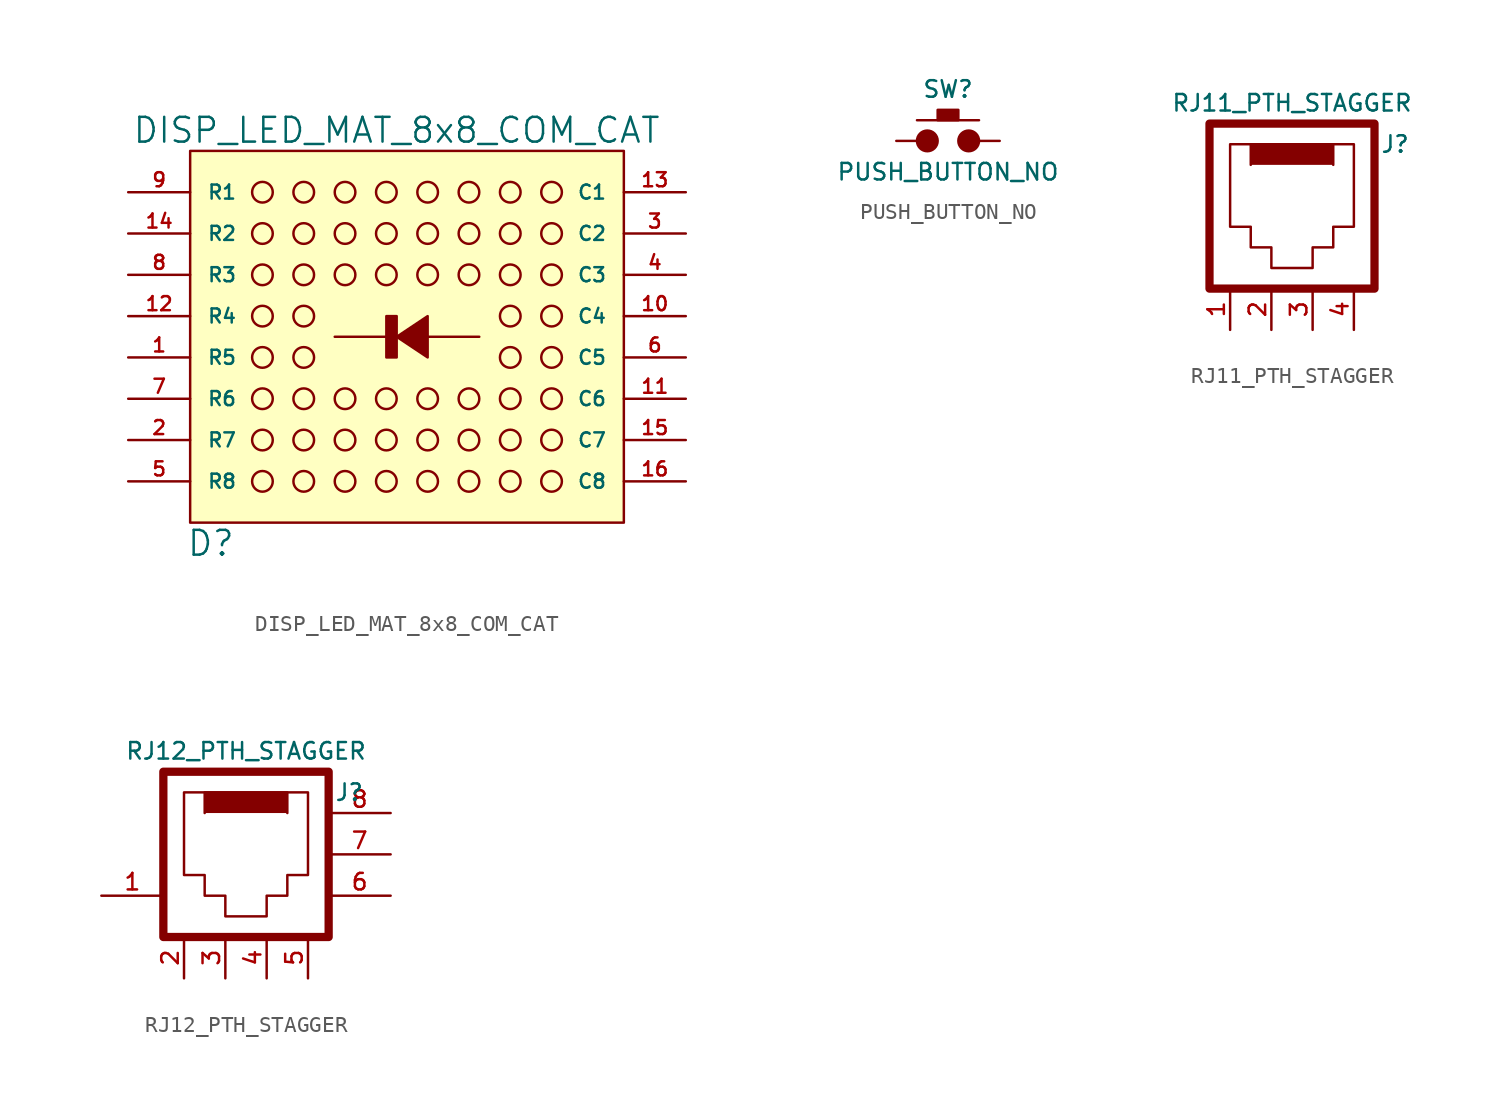
<source format=kicad_sym>
(kicad_symbol_lib
  (version 20211014)
  (generator kicad_symbol_editor)
  (symbol "DISP_LED_MAT_8x8_COM_CAT"
    (pin_names
      (offset 1.016))
    (property "Reference" "D"
      (at 5.08 -1.27 0)
      (effects (font (size 1.524 1.524))))
    (property "Value" "DISP_LED_MAT_8x8_COM_CAT"
      (at 16.51 24.13 0)
      (effects (font (size 1.524 1.524))))
    (property "Footprint" ""
      (at 2.54 -1.27 0)
      (effects (font (size 1.524 1.524))))
    (property "Datasheet" ""
      (at 2.54 -1.27 0)
      (effects (font (size 1.524 1.524))))
    (symbol "DISP_LED_MAT_8x8_COM_CAT_0_1"
      (polyline (pts (xy 21.59 11.43) (xy 12.7 11.43)) (stroke (width 0) (type default) (color 0 0 0 0)) (fill (type none)))
      (polyline (pts (xy 16.51 11.43) (xy 18.415 12.7) (xy 18.415 10.16) (xy 16.51 11.43)) (stroke (width 0) (type default) (color 0 0 0 0)) (fill (type outline)))
      (polyline (pts (xy 15.875 12.7) (xy 15.875 10.16) (xy 16.51 10.16) (xy 16.51 12.7) (xy 15.875 12.7)) (stroke (width 0) (type default) (color 0 0 0 0)) (fill (type outline)))
      (rectangle (start 3.81 0) (end 30.48 22.86) (stroke (width 0) (type default) (color 0 0 0 0)) (fill (type background)))
      (circle (center 8.255 2.54) (radius 0.635) (stroke (width 0) (type default) (color 0 0 0 0)) (fill (type none)))
      (circle (center 8.255 5.08) (radius 0.635) (stroke (width 0) (type default) (color 0 0 0 0)) (fill (type none)))
      (circle (center 8.255 7.62) (radius 0.635) (stroke (width 0) (type default) (color 0 0 0 0)) (fill (type none)))
      (circle (center 8.255 10.16) (radius 0.635) (stroke (width 0) (type default) (color 0 0 0 0)) (fill (type none)))
      (circle (center 8.255 12.7) (radius 0.635) (stroke (width 0) (type default) (color 0 0 0 0)) (fill (type none)))
      (circle (center 8.255 15.24) (radius 0.635) (stroke (width 0) (type default) (color 0 0 0 0)) (fill (type none)))
      (circle (center 8.255 17.78) (radius 0.635) (stroke (width 0) (type default) (color 0 0 0 0)) (fill (type none)))
      (circle (center 8.255 20.32) (radius 0.635) (stroke (width 0) (type default) (color 0 0 0 0)) (fill (type none)))
      (circle (center 10.795 2.54) (radius 0.635) (stroke (width 0) (type default) (color 0 0 0 0)) (fill (type none)))
      (circle (center 10.795 5.08) (radius 0.635) (stroke (width 0) (type default) (color 0 0 0 0)) (fill (type none)))
      (circle (center 10.795 7.62) (radius 0.635) (stroke (width 0) (type default) (color 0 0 0 0)) (fill (type none)))
      (circle (center 10.795 10.16) (radius 0.635) (stroke (width 0) (type default) (color 0 0 0 0)) (fill (type none)))
      (circle (center 10.795 12.7) (radius 0.635) (stroke (width 0) (type default) (color 0 0 0 0)) (fill (type none)))
      (circle (center 10.795 15.24) (radius 0.635) (stroke (width 0) (type default) (color 0 0 0 0)) (fill (type none)))
      (circle (center 10.795 17.78) (radius 0.635) (stroke (width 0) (type default) (color 0 0 0 0)) (fill (type none)))
      (circle (center 10.795 20.32) (radius 0.635) (stroke (width 0) (type default) (color 0 0 0 0)) (fill (type none)))
      (circle (center 13.335 2.54) (radius 0.635) (stroke (width 0) (type default) (color 0 0 0 0)) (fill (type none)))
      (circle (center 13.335 5.08) (radius 0.635) (stroke (width 0) (type default) (color 0 0 0 0)) (fill (type none)))
      (circle (center 13.335 7.62) (radius 0.635) (stroke (width 0) (type default) (color 0 0 0 0)) (fill (type none)))
      (circle (center 13.335 15.24) (radius 0.635) (stroke (width 0) (type default) (color 0 0 0 0)) (fill (type none)))
      (circle (center 13.335 17.78) (radius 0.635) (stroke (width 0) (type default) (color 0 0 0 0)) (fill (type none)))
      (circle (center 13.335 20.32) (radius 0.635) (stroke (width 0) (type default) (color 0 0 0 0)) (fill (type none)))
      (circle (center 15.875 2.54) (radius 0.635) (stroke (width 0) (type default) (color 0 0 0 0)) (fill (type none)))
      (circle (center 15.875 5.08) (radius 0.635) (stroke (width 0) (type default) (color 0 0 0 0)) (fill (type none)))
      (circle (center 15.875 7.62) (radius 0.635) (stroke (width 0) (type default) (color 0 0 0 0)) (fill (type none)))
      (circle (center 15.875 15.24) (radius 0.635) (stroke (width 0) (type default) (color 0 0 0 0)) (fill (type none)))
      (circle (center 15.875 17.78) (radius 0.635) (stroke (width 0) (type default) (color 0 0 0 0)) (fill (type none)))
      (circle (center 15.875 20.32) (radius 0.635) (stroke (width 0) (type default) (color 0 0 0 0)) (fill (type none)))
      (circle (center 18.415 2.54) (radius 0.635) (stroke (width 0) (type default) (color 0 0 0 0)) (fill (type none)))
      (circle (center 18.415 5.08) (radius 0.635) (stroke (width 0) (type default) (color 0 0 0 0)) (fill (type none)))
      (circle (center 18.415 7.62) (radius 0.635) (stroke (width 0) (type default) (color 0 0 0 0)) (fill (type none)))
      (circle (center 18.415 15.24) (radius 0.635) (stroke (width 0) (type default) (color 0 0 0 0)) (fill (type none)))
      (circle (center 18.415 17.78) (radius 0.635) (stroke (width 0) (type default) (color 0 0 0 0)) (fill (type none)))
      (circle (center 18.415 20.32) (radius 0.635) (stroke (width 0) (type default) (color 0 0 0 0)) (fill (type none)))
      (circle (center 20.955 2.54) (radius 0.635) (stroke (width 0) (type default) (color 0 0 0 0)) (fill (type none)))
      (circle (center 20.955 5.08) (radius 0.635) (stroke (width 0) (type default) (color 0 0 0 0)) (fill (type none)))
      (circle (center 20.955 7.62) (radius 0.635) (stroke (width 0) (type default) (color 0 0 0 0)) (fill (type none)))
      (circle (center 20.955 15.24) (radius 0.635) (stroke (width 0) (type default) (color 0 0 0 0)) (fill (type none)))
      (circle (center 20.955 17.78) (radius 0.635) (stroke (width 0) (type default) (color 0 0 0 0)) (fill (type none)))
      (circle (center 20.955 20.32) (radius 0.635) (stroke (width 0) (type default) (color 0 0 0 0)) (fill (type none)))
      (circle (center 23.495 2.54) (radius 0.635) (stroke (width 0) (type default) (color 0 0 0 0)) (fill (type none)))
      (circle (center 23.495 5.08) (radius 0.635) (stroke (width 0) (type default) (color 0 0 0 0)) (fill (type none)))
      (circle (center 23.495 7.62) (radius 0.635) (stroke (width 0) (type default) (color 0 0 0 0)) (fill (type none)))
      (circle (center 23.495 10.16) (radius 0.635) (stroke (width 0) (type default) (color 0 0 0 0)) (fill (type none)))
      (circle (center 23.495 12.7) (radius 0.635) (stroke (width 0) (type default) (color 0 0 0 0)) (fill (type none)))
      (circle (center 23.495 15.24) (radius 0.635) (stroke (width 0) (type default) (color 0 0 0 0)) (fill (type none)))
      (circle (center 23.495 17.78) (radius 0.635) (stroke (width 0) (type default) (color 0 0 0 0)) (fill (type none)))
      (circle (center 23.495 20.32) (radius 0.635) (stroke (width 0) (type default) (color 0 0 0 0)) (fill (type none)))
      (circle (center 26.035 2.54) (radius 0.635) (stroke (width 0) (type default) (color 0 0 0 0)) (fill (type none)))
      (circle (center 26.035 5.08) (radius 0.635) (stroke (width 0) (type default) (color 0 0 0 0)) (fill (type none)))
      (circle (center 26.035 7.62) (radius 0.635) (stroke (width 0) (type default) (color 0 0 0 0)) (fill (type none)))
      (circle (center 26.035 10.16) (radius 0.635) (stroke (width 0) (type default) (color 0 0 0 0)) (fill (type none)))
      (circle (center 26.035 12.7) (radius 0.635) (stroke (width 0) (type default) (color 0 0 0 0)) (fill (type none)))
      (circle (center 26.035 15.24) (radius 0.635) (stroke (width 0) (type default) (color 0 0 0 0)) (fill (type none)))
      (circle (center 26.035 17.78) (radius 0.635) (stroke (width 0) (type default) (color 0 0 0 0)) (fill (type none)))
      (circle (center 26.035 20.32) (radius 0.635) (stroke (width 0) (type default) (color 0 0 0 0)) (fill (type none)))
      (pin output line (at 0 20.32 0) (length 3.81) (name "R1" (effects (font (size 0.864 0.864)))) (number "9" (effects (font (size 0.864 0.864))))))
    (symbol "DISP_LED_MAT_8x8_COM_CAT_1_1"
      (pin output line (at 0 10.16 0) (length 3.81) (name "R5" (effects (font (size 0.864 0.864)))) (number "1" (effects (font (size 0.864 0.864)))))
      (pin input line (at 34.29 12.7 180) (length 3.81) (name "C4" (effects (font (size 0.864 0.864)))) (number "10" (effects (font (size 0.864 0.864)))))
      (pin input line (at 34.29 7.62 180) (length 3.81) (name "C6" (effects (font (size 0.864 0.864)))) (number "11" (effects (font (size 0.864 0.864)))))
      (pin output line (at 0 12.7 0) (length 3.81) (name "R4" (effects (font (size 0.864 0.864)))) (number "12" (effects (font (size 0.864 0.864)))))
      (pin input line (at 34.29 20.32 180) (length 3.81) (name "C1" (effects (font (size 0.864 0.864)))) (number "13" (effects (font (size 0.864 0.864)))))
      (pin output line (at 0 17.78 0) (length 3.81) (name "R2" (effects (font (size 0.864 0.864)))) (number "14" (effects (font (size 0.864 0.864)))))
      (pin input line (at 34.29 5.08 180) (length 3.81) (name "C7" (effects (font (size 0.864 0.864)))) (number "15" (effects (font (size 0.864 0.864)))))
      (pin input line (at 34.29 2.54 180) (length 3.81) (name "C8" (effects (font (size 0.864 0.864)))) (number "16" (effects (font (size 0.864 0.864)))))
      (pin output line (at 0 5.08 0) (length 3.81) (name "R7" (effects (font (size 0.864 0.864)))) (number "2" (effects (font (size 0.864 0.864)))))
      (pin input line (at 34.29 17.78 180) (length 3.81) (name "C2" (effects (font (size 0.864 0.864)))) (number "3" (effects (font (size 0.864 0.864)))))
      (pin input line (at 34.29 15.24 180) (length 3.81) (name "C3" (effects (font (size 0.864 0.864)))) (number "4" (effects (font (size 0.864 0.864)))))
      (pin output line (at 0 2.54 0) (length 3.81) (name "R8" (effects (font (size 0.864 0.864)))) (number "5" (effects (font (size 0.864 0.864)))))
      (pin input line (at 34.29 10.16 180) (length 3.81) (name "C5" (effects (font (size 0.864 0.864)))) (number "6" (effects (font (size 0.864 0.864)))))
      (pin output line (at 0 7.62 0) (length 3.81) (name "R6" (effects (font (size 0.864 0.864)))) (number "7" (effects (font (size 0.864 0.864)))))
      (pin output line (at 0 15.24 0) (length 3.81) (name "R3" (effects (font (size 0.864 0.864)))) (number "8" (effects (font (size 0.864 0.864)))))))
  (symbol "PUSH_BUTTON_NO"
    (pin_numbers hide)
    (pin_names
      (offset 1.016) hide)
    (property "Reference" "SW"
      (at 3.175 3.175 0)
      (effects (font (size 1.016 1.016))))
    (property "Value" "PUSH_BUTTON_NO"
      (at 3.175 -1.905 0)
      (effects (font (size 1.016 1.016))))
    (property "Footprint" ""
      (at 3.175 0 0)
      (effects (font (size 1.524 1.524))))
    (property "Datasheet" ""
      (at 3.175 0 0)
      (effects (font (size 1.524 1.524))))
    (symbol "PUSH_BUTTON_NO_0_1"
      (polyline (pts (xy 1.27 1.27) (xy 5.08 1.27)) (stroke (width 0) (type default) (color 0 0 0 0)) (fill (type none)))
      (circle (center 1.905 0) (radius 0.635) (stroke (width 0) (type default) (color 0 0 0 0)) (fill (type outline)))
      (rectangle (start 2.54 1.27) (end 3.81 1.905) (stroke (width 0) (type default) (color 0 0 0 0)) (fill (type outline)))
      (circle (center 4.445 0) (radius 0.635) (stroke (width 0) (type default) (color 0 0 0 0)) (fill (type outline)))
      (pin passive line (at 0 0 0) (length 1.27) (name "1" (effects (font (size 1.27 1.27)))) (number "1" (effects (font (size 1.27 1.27))))))
    (symbol "PUSH_BUTTON_NO_1_1"
      (pin passive line (at 6.35 0 180) (length 1.27) (name "2" (effects (font (size 1.27 1.27)))) (number "2" (effects (font (size 1.27 1.27)))))))
  (symbol "RJ11_PTH_STAGGER"
    (pin_names
      (offset 0) hide)
    (property "Reference" "J"
      (at 11.43 8.89 0)
      (effects (font (size 1.016 1.016))))
    (property "Value" "RJ11_PTH_STAGGER"
      (at 5.08 11.43 0)
      (effects (font (size 1.016 1.016))))
    (property "Footprint" ""
      (at 0 0 0)
      (effects (font (size 1.524 1.524))))
    (property "Datasheet" ""
      (at 0 0 0)
      (effects (font (size 1.524 1.524))))
    (symbol "RJ11_PTH_STAGGER_0_1"
      (polyline (pts (xy 7.62 7.62) (xy 7.62 8.89) (xy 2.54 8.89) (xy 2.54 7.62)) (stroke (width 0) (type default) (color 0 0 0 0)) (fill (type outline)))
      (polyline (pts (xy 1.27 8.89) (xy 1.27 3.81) (xy 2.54 3.81) (xy 2.54 2.54) (xy 3.81 2.54) (xy 3.81 1.27) (xy 6.35 1.27) (xy 6.35 2.54) (xy 7.62 2.54) (xy 7.62 3.81) (xy 8.89 3.81) (xy 8.89 8.89) (xy 1.27 8.89)) (stroke (width 0) (type default) (color 0 0 0 0)) (fill (type none)))
      (rectangle (start 0 10.16) (end 10.16 0) (stroke (width 0.508) (type default) (color 0 0 0 0)) (fill (type none))))
    (symbol "RJ11_PTH_STAGGER_1_1"
      (pin bidirectional line (at 1.27 -2.54 90) (length 2.54) (name "1" (effects (font (size 1.016 1.016)))) (number "1" (effects (font (size 1.016 1.016)))))
      (pin bidirectional line (at 3.81 -2.54 90) (length 2.54) (name "2" (effects (font (size 1.016 1.016)))) (number "2" (effects (font (size 1.016 1.016)))))
      (pin bidirectional line (at 6.35 -2.54 90) (length 2.54) (name "3" (effects (font (size 1.016 1.016)))) (number "3" (effects (font (size 1.016 1.016)))))
      (pin bidirectional line (at 8.89 -2.54 90) (length 2.54) (name "4" (effects (font (size 1.016 1.016)))) (number "4" (effects (font (size 1.016 1.016)))))))
  (symbol "RJ12_PTH_STAGGER"
    (pin_names
      (offset 0) hide)
    (property "Reference" "J"
      (at 11.43 8.89 0)
      (effects (font (size 1.016 1.016))))
    (property "Value" "RJ12_PTH_STAGGER"
      (at 5.08 11.43 0)
      (effects (font (size 1.016 1.016))))
    (property "Footprint" ""
      (at 0 0 0)
      (effects (font (size 1.524 1.524))))
    (property "Datasheet" ""
      (at 0 0 0)
      (effects (font (size 1.524 1.524))))
    (symbol "RJ12_PTH_STAGGER_0_1"
      (polyline (pts (xy 7.62 7.62) (xy 7.62 8.89) (xy 2.54 8.89) (xy 2.54 7.62)) (stroke (width 0) (type default) (color 0 0 0 0)) (fill (type outline)))
      (polyline (pts (xy 1.27 8.89) (xy 1.27 3.81) (xy 2.54 3.81) (xy 2.54 2.54) (xy 3.81 2.54) (xy 3.81 1.27) (xy 6.35 1.27) (xy 6.35 2.54) (xy 7.62 2.54) (xy 7.62 3.81) (xy 8.89 3.81) (xy 8.89 8.89) (xy 1.27 8.89)) (stroke (width 0) (type default) (color 0 0 0 0)) (fill (type none)))
      (rectangle (start 0 10.16) (end 10.16 0) (stroke (width 0.508) (type default) (color 0 0 0 0)) (fill (type none))))
    (symbol "RJ12_PTH_STAGGER_1_1"
      (pin bidirectional line (at -3.81 2.54 0) (length 3.81) (name "1" (effects (font (size 1.016 1.016)))) (number "1" (effects (font (size 1.016 1.016)))))
      (pin bidirectional line (at 1.27 -2.54 90) (length 2.54) (name "2" (effects (font (size 1.016 1.016)))) (number "2" (effects (font (size 1.016 1.016)))))
      (pin bidirectional line (at 3.81 -2.54 90) (length 2.54) (name "3" (effects (font (size 1.016 1.016)))) (number "3" (effects (font (size 1.016 1.016)))))
      (pin bidirectional line (at 6.35 -2.54 90) (length 2.54) (name "4" (effects (font (size 1.016 1.016)))) (number "4" (effects (font (size 1.016 1.016)))))
      (pin bidirectional line (at 8.89 -2.54 90) (length 2.54) (name "5" (effects (font (size 1.016 1.016)))) (number "5" (effects (font (size 1.016 1.016)))))
      (pin bidirectional line (at 13.97 2.54 180) (length 3.81) (name "6" (effects (font (size 1.016 1.016)))) (number "6" (effects (font (size 1.016 1.016)))))
      (pin bidirectional line (at 13.97 5.08 180) (length 3.81) (name "SHLD_1" (effects (font (size 1.016 1.016)))) (number "7" (effects (font (size 1.016 1.016)))))
      (pin bidirectional line (at 13.97 7.62 180) (length 3.81) (name "SHLD_2" (effects (font (size 1.016 1.016)))) (number "8" (effects (font (size 1.016 1.016))))))))
</source>
